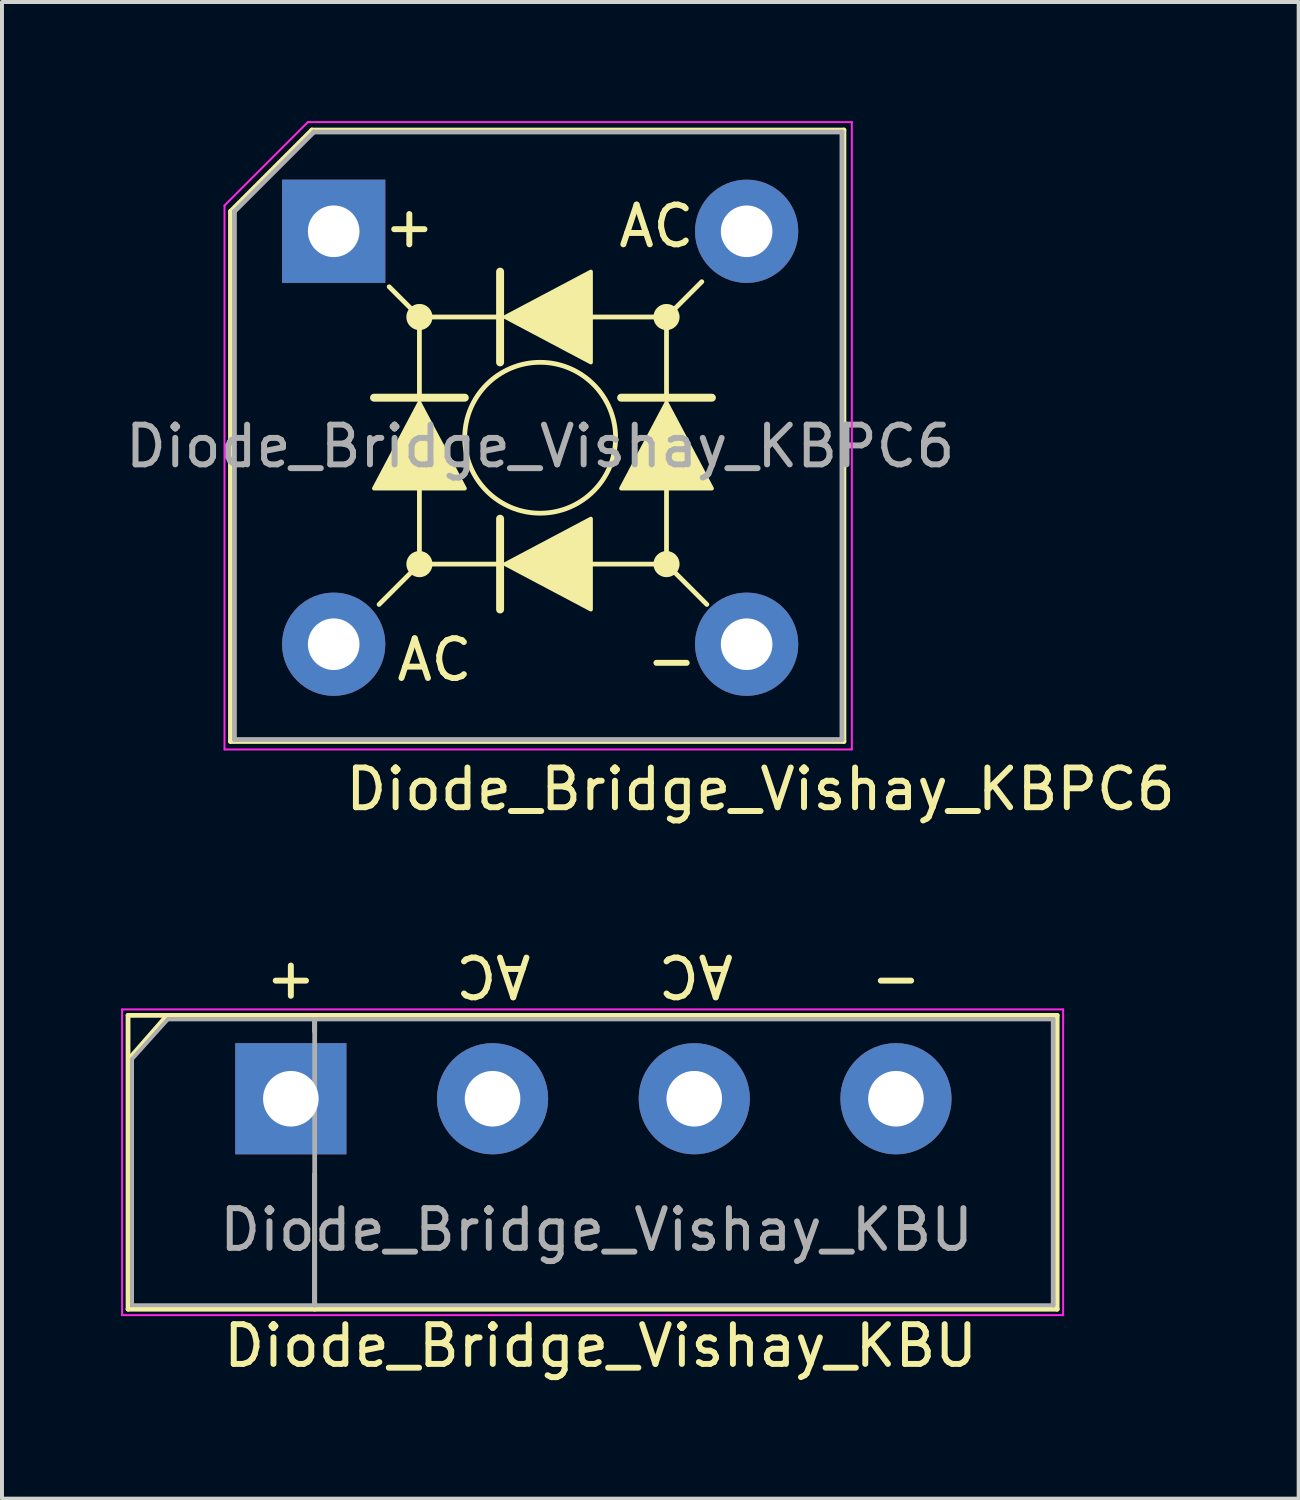
<source format=kicad_pcb>
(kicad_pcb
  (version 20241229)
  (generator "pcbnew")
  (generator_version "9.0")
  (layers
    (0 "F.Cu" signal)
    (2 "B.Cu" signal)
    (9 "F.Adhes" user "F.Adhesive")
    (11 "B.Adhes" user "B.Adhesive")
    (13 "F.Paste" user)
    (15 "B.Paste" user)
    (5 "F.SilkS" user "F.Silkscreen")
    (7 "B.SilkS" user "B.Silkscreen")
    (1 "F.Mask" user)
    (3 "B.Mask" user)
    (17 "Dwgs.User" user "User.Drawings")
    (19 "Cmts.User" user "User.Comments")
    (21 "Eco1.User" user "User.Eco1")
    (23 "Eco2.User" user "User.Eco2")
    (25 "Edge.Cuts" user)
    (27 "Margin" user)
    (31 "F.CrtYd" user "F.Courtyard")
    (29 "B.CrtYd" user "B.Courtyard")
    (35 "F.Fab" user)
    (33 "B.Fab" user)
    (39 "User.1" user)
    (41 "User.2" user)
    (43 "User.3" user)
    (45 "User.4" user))
  (footprint "Diode_Bridge_Vishay_KBU"
    (layer "F.Cu")
    (at 4.275 24.622)
    (property "Reference" "Diode_Bridge_Vishay_KBU" (at 7.8 6.223 0) (layer "F.SilkS") (effects (font (size 1 1) (thickness 0.15))))
    (fp_line (start -4.1 -2.1) (end -4.1 5.3) (stroke (width 0.12) (type solid)) (layer "F.SilkS"))
    (fp_line (start -4.1 5.3) (end 19.3 5.3) (stroke (width 0.12) (type solid)) (layer "F.SilkS"))
    (fp_line (start -4.064 -1.016) (end -3.175 -2.032) (stroke (width 0.12) (type solid)) (layer "F.SilkS"))
    (fp_line (start 0.6 -1.7) (end 0.6 -2.1) (stroke (width 0.12) (type solid)) (layer "F.SilkS"))
    (fp_line (start 0.6 1.9) (end 0.6 5.3) (stroke (width 0.12) (type solid)) (layer "F.SilkS"))
    (fp_line (start 19.3 -2.1) (end -4.1 -2.1) (stroke (width 0.12) (type solid)) (layer "F.SilkS"))
    (fp_line (start 19.3 5.3) (end 19.3 -2.1) (stroke (width 0.12) (type solid)) (layer "F.SilkS"))
    (fp_line (start -4.25 -2.25) (end -4.25 5.45) (stroke (width 0.05) (type solid)) (layer "F.CrtYd"))
    (fp_line (start -4.25 -2.25) (end 19.45 -2.25) (stroke (width 0.05) (type solid)) (layer "F.CrtYd"))
    (fp_line (start 19.45 5.45) (end -4.25 5.45) (stroke (width 0.05) (type solid)) (layer "F.CrtYd"))
    (fp_line (start 19.45 5.45) (end 19.45 -2.25) (stroke (width 0.05) (type solid)) (layer "F.CrtYd"))
    (fp_line (start -4 -1) (end -4 5.2) (stroke (width 0.1) (type solid)) (layer "F.Fab"))
    (fp_line (start -4 5.2) (end 19.2 5.2) (stroke (width 0.1) (type solid)) (layer "F.Fab"))
    (fp_line (start -3.1 -2) (end -4 -1) (stroke (width 0.1) (type solid)) (layer "F.Fab"))
    (fp_line (start 0.6 -2) (end 0.6 5.2) (stroke (width 0.12) (type solid)) (layer "F.Fab"))
    (fp_line (start 19.2 -2) (end -3.1 -2) (stroke (width 0.1) (type solid)) (layer "F.Fab"))
    (fp_line (start 19.2 5.2) (end 19.2 -2) (stroke (width 0.12) (type solid)) (layer "F.Fab"))
    (fp_text user "+" (at 0 -3.048 0) (layer "F.SilkS") (effects (font (size 1 1) (thickness 0.15))))
    (fp_text user "-" (at 15.24 -3.048 0) (layer "F.SilkS") (effects (font (size 1 1) (thickness 0.15))))
    (fp_text user "AC" (at 10.2 -3.1 180) (unlocked yes) (layer "F.SilkS") (effects (font (size 1 1) (thickness 0.15))))
    (fp_text user "AC" (at 5.1 -3.1 180) (unlocked yes) (layer "F.SilkS") (effects (font (size 1 1) (thickness 0.15))))
    (fp_text user "${REFERENCE}" (at 7.7 3.3 0) (layer "F.Fab") (effects (font (size 1 1) (thickness 0.15))))
    (pad "1" thru_hole rect (at 0 0) (size 2.8 2.8) (drill 1.4) (layers "*.Cu" "*.Mask"))
    (pad "2" thru_hole circle (at 5.08 0) (size 2.8 2.8) (drill 1.4) (layers "*.Cu" "*.Mask"))
    (pad "3" thru_hole circle (at 10.16 0) (size 2.8 2.8) (drill 1.4) (layers "*.Cu" "*.Mask"))
    (pad "4" thru_hole circle (at 15.24 0) (size 2.8 2.8) (drill 1.4) (layers "*.Cu" "*.Mask")))
  (footprint "Diode_Bridge_Vishay_KBPC6"
    (layer "F.Cu")
    (at 5.354 2.775)
    (property "Reference" "Diode_Bridge_Vishay_KBPC6" (at 10.75 14.05 180) (layer "F.SilkS") (effects (font (size 1 1) (thickness 0.15))))
    (fp_line (start -2.6 -0.5) (end -2.6 12.85) (stroke (width 0.12) (type solid)) (layer "F.SilkS"))
    (fp_line (start -2.6 12.85) (end 12.85 12.85) (stroke (width 0.12) (type solid)) (layer "F.SilkS"))
    (fp_line (start -0.55 -2.55) (end -2.6 -0.5) (stroke (width 0.12) (type solid)) (layer "F.SilkS"))
    (fp_line (start 1.143 9.398) (end 2.159 8.382) (stroke (width 0.12) (type solid)) (layer "F.SilkS"))
    (fp_line (start 1.397 1.397) (end 2.159 2.159) (stroke (width 0.12) (type solid)) (layer "F.SilkS"))
    (fp_line (start 2.159 4.191) (end 1.016 4.191) (stroke (width 0.2) (type solid)) (layer "F.SilkS"))
    (fp_line (start 2.159 4.191) (end 2.159 2.159) (stroke (width 0.12) (type solid)) (layer "F.SilkS"))
    (fp_line (start 2.159 8.128) (end 2.159 6.477) (stroke (width 0.12) (type solid)) (layer "F.SilkS"))
    (fp_line (start 3.302 4.191) (end 2.159 4.191) (stroke (width 0.2) (type solid)) (layer "F.SilkS"))
    (fp_line (start 4.191 1.016) (end 4.191 2.159) (stroke (width 0.2) (type solid)) (layer "F.SilkS"))
    (fp_line (start 4.191 2.159) (end 2.159 2.159) (stroke (width 0.12) (type solid)) (layer "F.SilkS"))
    (fp_line (start 4.191 2.159) (end 4.191 3.302) (stroke (width 0.2) (type solid)) (layer "F.SilkS"))
    (fp_line (start 4.191 7.239) (end 4.191 8.382) (stroke (width 0.2) (type solid)) (layer "F.SilkS"))
    (fp_line (start 4.191 8.382) (end 2.159 8.382) (stroke (width 0.12) (type solid)) (layer "F.SilkS"))
    (fp_line (start 4.191 8.382) (end 4.191 9.525) (stroke (width 0.2) (type solid)) (layer "F.SilkS"))
    (fp_line (start 8.128 2.159) (end 6.477 2.159) (stroke (width 0.12) (type solid)) (layer "F.SilkS"))
    (fp_line (start 8.292 8.382) (end 6.477 8.382) (stroke (width 0.12) (type solid)) (layer "F.SilkS"))
    (fp_line (start 8.382 4.191) (end 7.239 4.191) (stroke (width 0.2) (type solid)) (layer "F.SilkS"))
    (fp_line (start 8.382 4.191) (end 8.382 2.159) (stroke (width 0.12) (type solid)) (layer "F.SilkS"))
    (fp_line (start 8.382 8.382) (end 8.382 6.477) (stroke (width 0.12) (type solid)) (layer "F.SilkS"))
    (fp_line (start 9.271 1.27) (end 8.255 2.286) (stroke (width 0.12) (type solid)) (layer "F.SilkS"))
    (fp_line (start 9.398 9.398) (end 8.382 8.382) (stroke (width 0.12) (type solid)) (layer "F.SilkS"))
    (fp_line (start 9.525 4.191) (end 8.382 4.191) (stroke (width 0.2) (type solid)) (layer "F.SilkS"))
    (fp_line (start 12.85 -2.55) (end -0.55 -2.55) (stroke (width 0.12) (type solid)) (layer "F.SilkS"))
    (fp_line (start 12.85 12.85) (end 12.85 -2.55) (stroke (width 0.12) (type solid)) (layer "F.SilkS"))
    (fp_circle (center 2.159 2.159) (end 2.223 2.095) (stroke (width 0.12) (type solid)) (fill no) (layer "F.SilkS"))
    (fp_circle (center 2.159 2.159) (end 2.286 2.032) (stroke (width 0.12) (type solid)) (fill no) (layer "F.SilkS"))
    (fp_circle (center 2.159 2.159) (end 2.349 1.968) (stroke (width 0.12) (type solid)) (fill no) (layer "F.SilkS"))
    (fp_circle (center 2.159 8.382) (end 2.223 8.319) (stroke (width 0.12) (type solid)) (fill no) (layer "F.SilkS"))
    (fp_circle (center 2.159 8.382) (end 2.286 8.255) (stroke (width 0.12) (type solid)) (fill no) (layer "F.SilkS"))
    (fp_circle (center 2.159 8.382) (end 2.349 8.191) (stroke (width 0.12) (type solid)) (fill no) (layer "F.SilkS"))
    (fp_circle (center 5.2 5.2) (end 5.2 7.1) (stroke (width 0.12) (type solid)) (fill no) (layer "F.SilkS"))
    (fp_circle (center 8.382 2.159) (end 8.445 2.095) (stroke (width 0.12) (type solid)) (fill no) (layer "F.SilkS"))
    (fp_circle (center 8.382 2.159) (end 8.509 2.032) (stroke (width 0.12) (type solid)) (fill no) (layer "F.SilkS"))
    (fp_circle (center 8.382 2.159) (end 8.572 1.968) (stroke (width 0.12) (type solid)) (fill no) (layer "F.SilkS"))
    (fp_circle (center 8.382 8.382) (end 8.445 8.319) (stroke (width 0.12) (type solid)) (fill no) (layer "F.SilkS"))
    (fp_circle (center 8.382 8.382) (end 8.509 8.255) (stroke (width 0.12) (type solid)) (fill no) (layer "F.SilkS"))
    (fp_circle (center 8.382 8.382) (end 8.572 8.191) (stroke (width 0.12) (type solid)) (fill no) (layer "F.SilkS"))
    (fp_poly (pts (xy 3.302 6.477) (xy 1.016 6.477) (xy 2.159 4.318)) (stroke (width 0.1) (type solid)) (fill yes) (layer "F.SilkS"))
    (fp_poly (pts (xy 6.477 1.016) (xy 6.477 3.302) (xy 4.318 2.159)) (stroke (width 0.1) (type solid)) (fill yes) (layer "F.SilkS"))
    (fp_poly (pts (xy 6.477 7.239) (xy 6.477 9.525) (xy 4.318 8.382)) (stroke (width 0.1) (type solid)) (fill yes) (layer "F.SilkS"))
    (fp_poly (pts (xy 9.525 6.477) (xy 7.239 6.477) (xy 8.382 4.318)) (stroke (width 0.1) (type solid)) (fill yes) (layer "F.SilkS"))
    (fp_line (start -2.75 -0.65) (end -0.65 -2.75) (stroke (width 0.05) (type solid)) (layer "F.CrtYd"))
    (fp_line (start -2.75 13.05) (end -2.75 -0.65) (stroke (width 0.05) (type solid)) (layer "F.CrtYd"))
    (fp_line (start -0.65 -2.75) (end 13.05 -2.75) (stroke (width 0.05) (type solid)) (layer "F.CrtYd"))
    (fp_line (start 13.05 -2.75) (end 13.05 13.05) (stroke (width 0.05) (type solid)) (layer "F.CrtYd"))
    (fp_line (start 13.05 13.05) (end -2.75 13.05) (stroke (width 0.05) (type solid)) (layer "F.CrtYd"))
    (fp_line (start -2.5 -0.5) (end -0.5 -2.5) (stroke (width 0.12) (type solid)) (layer "F.Fab"))
    (fp_line (start -2.5 12.8) (end -2.5 -0.5) (stroke (width 0.12) (type solid)) (layer "F.Fab"))
    (fp_line (start -0.5 -2.5) (end 12.8 -2.5) (stroke (width 0.12) (type solid)) (layer "F.Fab"))
    (fp_line (start 12.8 -2.5) (end 12.8 12.8) (stroke (width 0.12) (type solid)) (layer "F.Fab"))
    (fp_line (start 12.8 12.8) (end -2.5 12.8) (stroke (width 0.12) (type solid)) (layer "F.Fab"))
    (fp_text user "AC" (at 2.54 10.795 0) (layer "F.SilkS") (effects (font (size 1 1) (thickness 0.15))))
    (fp_text user "AC" (at 8.128 -0.127 0) (layer "F.SilkS") (effects (font (size 1 1) (thickness 0.15))))
    (fp_text user "-" (at 8.509 10.795 0) (layer "F.SilkS") (effects (font (size 1 1) (thickness 0.15))))
    (fp_text user "+" (at 1.905 -0.127 0) (layer "F.SilkS") (effects (font (size 1 1) (thickness 0.15))))
    (fp_text user "${REFERENCE}" (at 5.2 5.415 180) (layer "F.Fab") (effects (font (size 1 1) (thickness 0.15))))
    (pad "1" thru_hole rect (at 0 0) (size 2.6 2.6) (drill 1.3) (layers "*.Cu" "*.Mask"))
    (pad "2" thru_hole circle (at 0 10.4) (size 2.6 2.6) (drill 1.3) (layers "*.Cu" "*.Mask"))
    (pad "3" thru_hole circle (at 10.4 10.4) (size 2.6 2.6) (drill 1.3) (layers "*.Cu" "*.Mask"))
    (pad "4" thru_hole circle (at 10.4 0) (size 2.6 2.6) (drill 1.3) (layers "*.Cu" "*.Mask")))
  (gr_rect
    (start -3 -3)
    (end 29.657 34.693)
    (stroke (width 0.1) (type default))
    (fill no)
    (layer "Edge.Cuts")))
</source>
